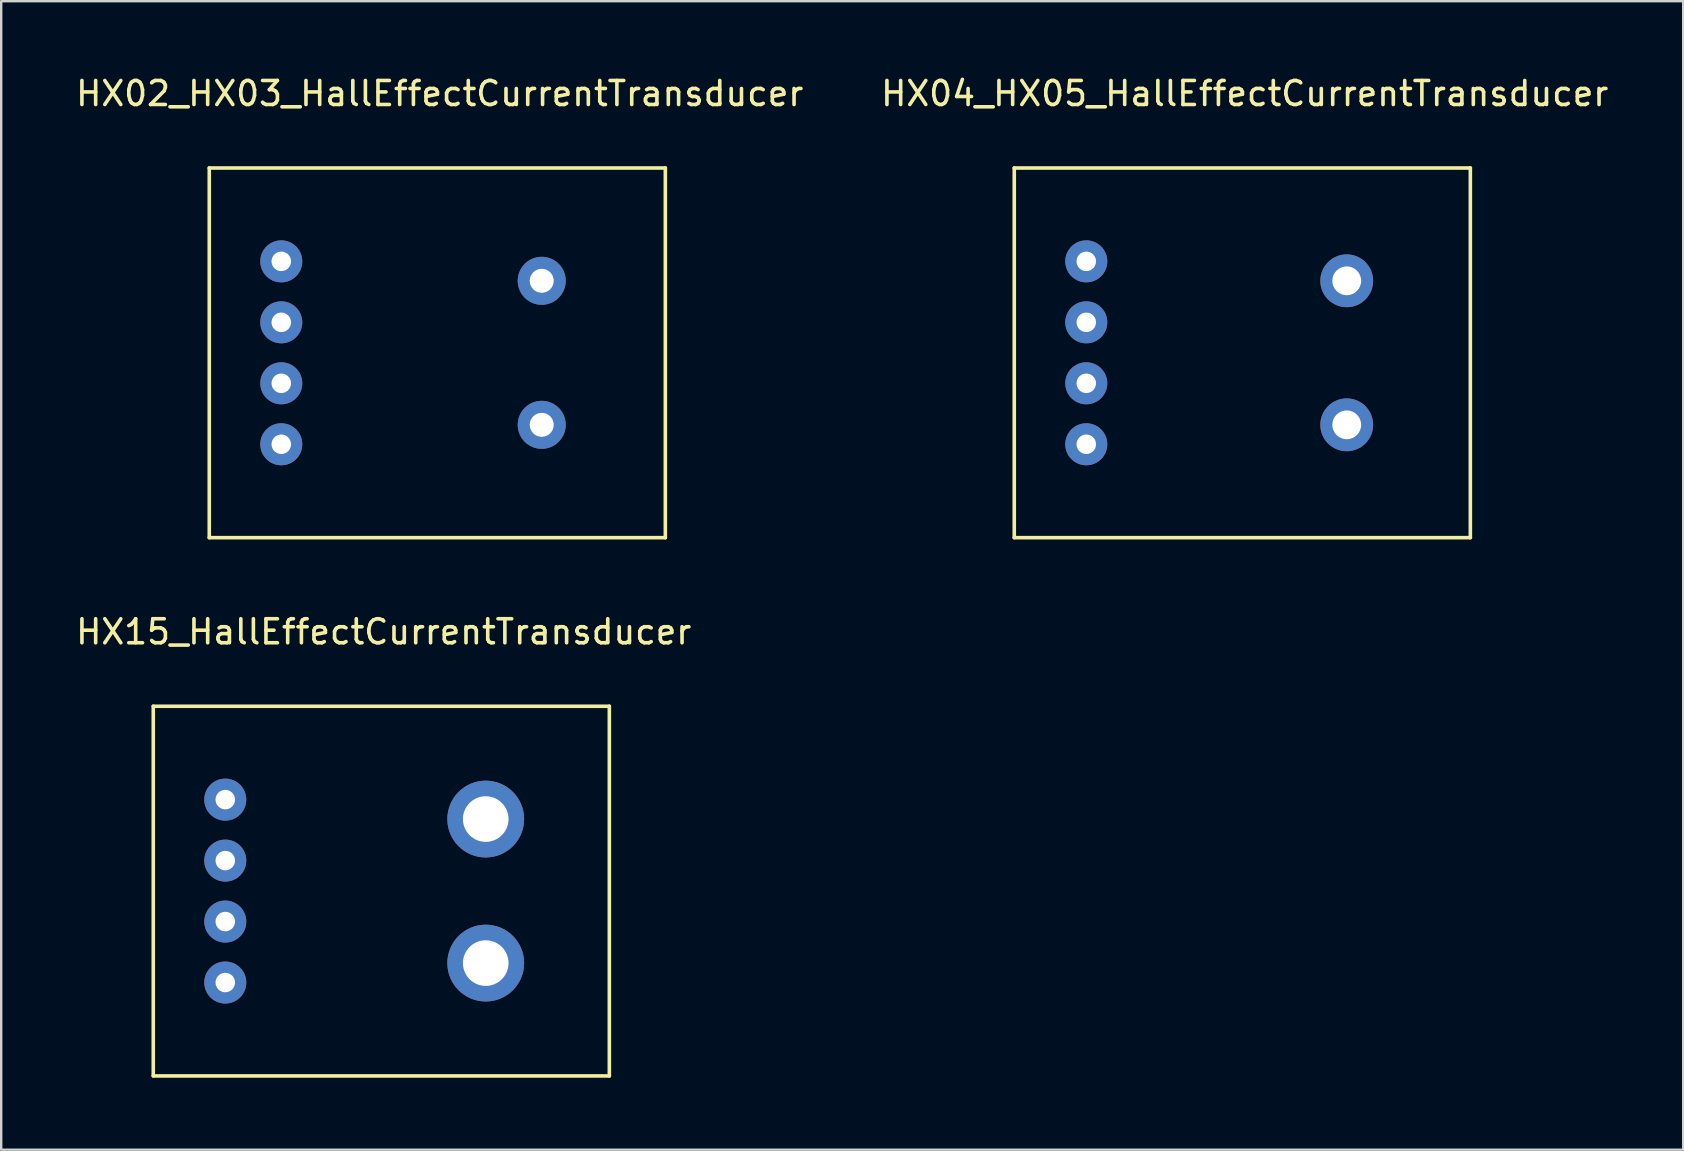
<source format=kicad_pcb>
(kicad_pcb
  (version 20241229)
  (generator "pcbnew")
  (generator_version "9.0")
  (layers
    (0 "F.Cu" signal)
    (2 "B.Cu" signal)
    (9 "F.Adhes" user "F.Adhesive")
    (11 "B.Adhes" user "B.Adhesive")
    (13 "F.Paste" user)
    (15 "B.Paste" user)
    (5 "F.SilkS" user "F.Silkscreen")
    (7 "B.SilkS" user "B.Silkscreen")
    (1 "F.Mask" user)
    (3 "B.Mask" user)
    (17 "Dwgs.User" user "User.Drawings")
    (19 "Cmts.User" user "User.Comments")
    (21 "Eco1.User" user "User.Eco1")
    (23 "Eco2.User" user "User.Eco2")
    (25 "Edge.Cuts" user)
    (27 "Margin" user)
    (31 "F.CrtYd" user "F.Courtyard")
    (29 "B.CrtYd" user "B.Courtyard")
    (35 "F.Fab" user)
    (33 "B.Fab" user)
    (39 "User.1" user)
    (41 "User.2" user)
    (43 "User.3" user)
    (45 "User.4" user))
  (footprint "HX02_HX03_HallEffectCurrentTransducer"
    (layer "F.Cu")
    (at 15.168 11.648)
    (property "Reference" "HX02_HX03_HallEffectCurrentTransducer" (at 0.1 -10.8 0) (layer "F.SilkS") (effects (font (size 1 1) (thickness 0.15))))
    (attr through_hole)
    (fp_line (start -9.5 -7.7) (end -9.5 7.7) (stroke (width 0.15) (type solid)) (layer "F.SilkS"))
    (fp_line (start -9.5 7.7) (end 9.5 7.7) (stroke (width 0.15) (type solid)) (layer "F.SilkS"))
    (fp_line (start 9.5 -7.7) (end -9.5 -7.7) (stroke (width 0.15) (type solid)) (layer "F.SilkS"))
    (fp_line (start 9.5 7.7) (end 9.5 -7.7) (stroke (width 0.15) (type solid)) (layer "F.SilkS"))
    (pad "1" thru_hole circle (at -6.5 -3.81) (size 1.75 1.75) (drill 0.813) (layers "*.Cu" "*.Mask"))
    (pad "2" thru_hole circle (at -6.5 -1.27) (size 1.75 1.75) (drill 0.813) (layers "*.Cu" "*.Mask"))
    (pad "3" thru_hole circle (at -6.5 1.27) (size 1.75 1.75) (drill 0.813) (layers "*.Cu" "*.Mask"))
    (pad "4" thru_hole circle (at -6.5 3.81) (size 1.75 1.75) (drill 0.813) (layers "*.Cu" "*.Mask"))
    (pad "5" thru_hole circle (at 4.35 -3) (size 2 2) (drill 1) (layers "*.Cu" "*.Mask"))
    (pad "6" thru_hole circle (at 4.35 3) (size 2 2) (drill 1) (layers "*.Cu" "*.Mask")))
  (footprint "HX15_HallEffectCurrentTransducer"
    (layer "F.Cu")
    (at 12.835 34.072)
    (property "Reference" "HX15_HallEffectCurrentTransducer" (at 0.1 -10.8 0) (layer "F.SilkS") (effects (font (size 1 1) (thickness 0.15))))
    (attr through_hole)
    (fp_line (start -9.5 -7.7) (end -9.5 7.7) (stroke (width 0.15) (type solid)) (layer "F.SilkS"))
    (fp_line (start -9.5 7.7) (end 9.5 7.7) (stroke (width 0.15) (type solid)) (layer "F.SilkS"))
    (fp_line (start 9.5 -7.7) (end -9.5 -7.7) (stroke (width 0.15) (type solid)) (layer "F.SilkS"))
    (fp_line (start 9.5 7.7) (end 9.5 -7.7) (stroke (width 0.15) (type solid)) (layer "F.SilkS"))
    (pad "1" thru_hole circle (at -6.5 -3.81) (size 1.75 1.75) (drill 0.813) (layers "*.Cu" "*.Mask"))
    (pad "2" thru_hole circle (at -6.5 -1.27) (size 1.75 1.75) (drill 0.813) (layers "*.Cu" "*.Mask"))
    (pad "3" thru_hole circle (at -6.5 1.27) (size 1.75 1.75) (drill 0.813) (layers "*.Cu" "*.Mask"))
    (pad "4" thru_hole circle (at -6.5 3.81) (size 1.75 1.75) (drill 0.813) (layers "*.Cu" "*.Mask"))
    (pad "5" thru_hole circle (at 4.35 -3) (size 3.2 3.2) (drill 1.9) (layers "*.Cu" "*.Mask"))
    (pad "6" thru_hole circle (at 4.35 3) (size 3.2 3.2) (drill 1.9) (layers "*.Cu" "*.Mask")))
  (footprint "HX04_HX05_HallEffectCurrentTransducer"
    (layer "F.Cu")
    (at 48.704 11.648)
    (property "Reference" "HX04_HX05_HallEffectCurrentTransducer" (at 0.1 -10.8 0) (layer "F.SilkS") (effects (font (size 1 1) (thickness 0.15))))
    (attr through_hole)
    (fp_line (start -9.5 -7.7) (end -9.5 7.7) (stroke (width 0.15) (type solid)) (layer "F.SilkS"))
    (fp_line (start -9.5 7.7) (end 9.5 7.7) (stroke (width 0.15) (type solid)) (layer "F.SilkS"))
    (fp_line (start 9.5 -7.7) (end -9.5 -7.7) (stroke (width 0.15) (type solid)) (layer "F.SilkS"))
    (fp_line (start 9.5 7.7) (end 9.5 -7.7) (stroke (width 0.15) (type solid)) (layer "F.SilkS"))
    (pad "1" thru_hole circle (at -6.5 -3.81) (size 1.75 1.75) (drill 0.813) (layers "*.Cu" "*.Mask"))
    (pad "2" thru_hole circle (at -6.5 -1.27) (size 1.75 1.75) (drill 0.813) (layers "*.Cu" "*.Mask"))
    (pad "3" thru_hole circle (at -6.5 1.27) (size 1.75 1.75) (drill 0.813) (layers "*.Cu" "*.Mask"))
    (pad "4" thru_hole circle (at -6.5 3.81) (size 1.75 1.75) (drill 0.813) (layers "*.Cu" "*.Mask"))
    (pad "5" thru_hole circle (at 4.35 -3) (size 2.2 2.2) (drill 1.2) (layers "*.Cu" "*.Mask"))
    (pad "6" thru_hole circle (at 4.35 3) (size 2.2 2.2) (drill 1.2) (layers "*.Cu" "*.Mask")))
  (gr_rect
    (start -3 -3)
    (end 67.071 44.846)
    (stroke (width 0.1) (type default))
    (fill no)
    (layer "Edge.Cuts")))
</source>
